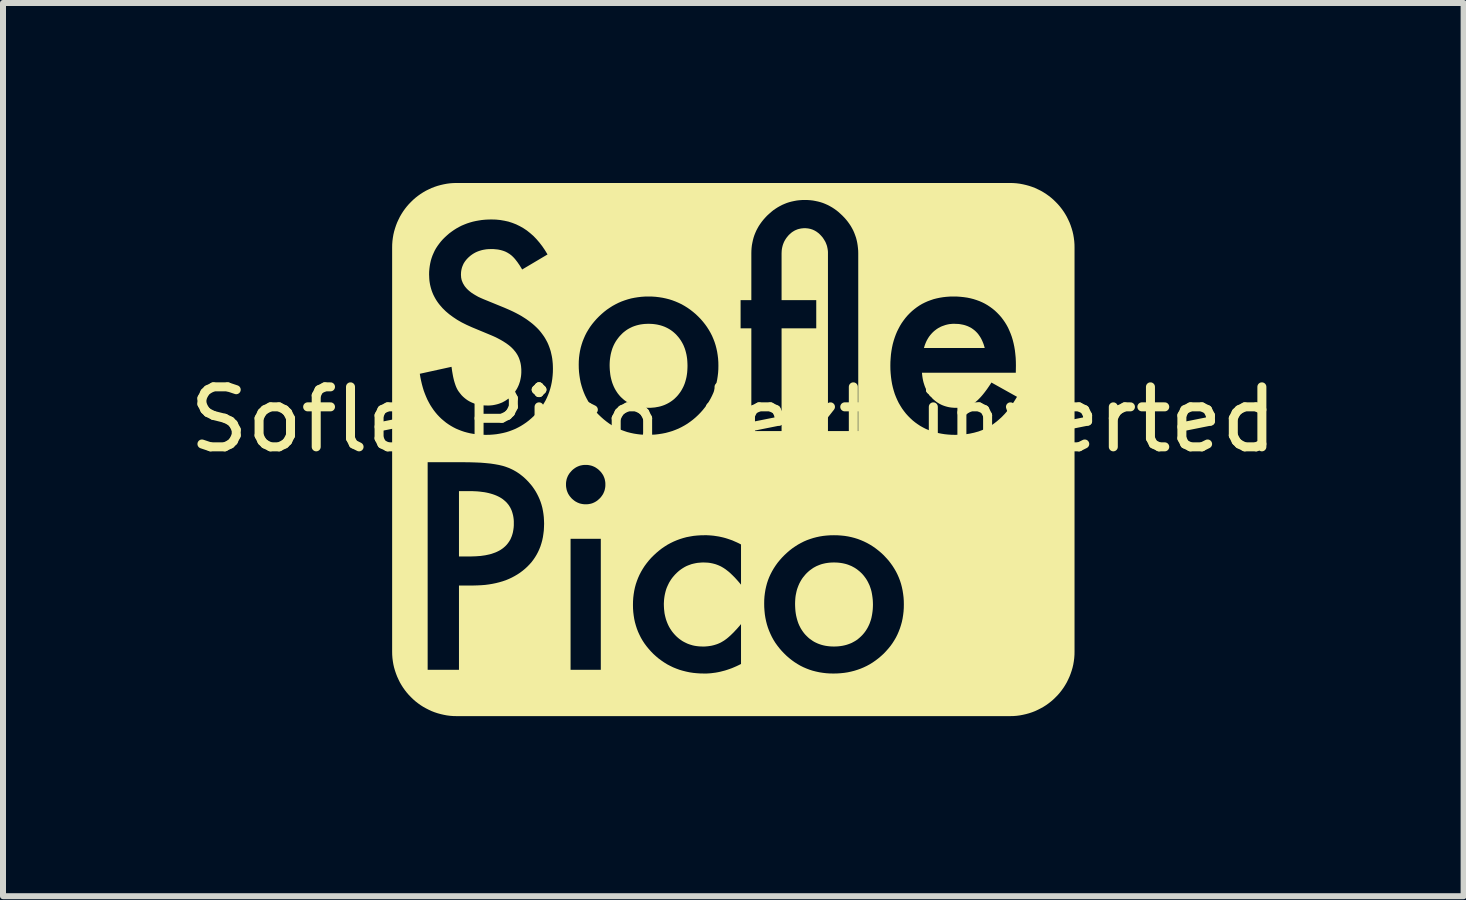
<source format=kicad_pcb>
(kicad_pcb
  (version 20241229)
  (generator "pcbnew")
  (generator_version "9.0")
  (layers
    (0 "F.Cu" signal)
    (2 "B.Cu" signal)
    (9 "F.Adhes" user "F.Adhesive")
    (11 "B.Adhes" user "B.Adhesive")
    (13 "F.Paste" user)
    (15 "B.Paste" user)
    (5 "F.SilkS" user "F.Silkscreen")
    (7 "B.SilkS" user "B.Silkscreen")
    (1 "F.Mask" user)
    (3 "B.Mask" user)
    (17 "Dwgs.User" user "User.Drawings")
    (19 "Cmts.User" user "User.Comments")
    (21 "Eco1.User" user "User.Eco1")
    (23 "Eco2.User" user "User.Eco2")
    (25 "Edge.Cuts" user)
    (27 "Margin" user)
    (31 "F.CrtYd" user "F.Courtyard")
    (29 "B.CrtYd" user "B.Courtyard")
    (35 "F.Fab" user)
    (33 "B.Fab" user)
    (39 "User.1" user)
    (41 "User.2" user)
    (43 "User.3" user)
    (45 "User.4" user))
  (footprint "Sofle Pico text inverted"
    (layer "F.Cu")
    (at 9.173 4.443)
    (property "Reference" "Sofle Pico text inverted" (at 0 -0.5 0) (unlocked yes) (layer "F.SilkS") (effects (font (size 1 1) (thickness 0.15))))
    (attr smd)
    (fp_poly (pts (xy -4.355 0.693) (xy -4.31 0.695) (xy -4.268 0.697) (xy -4.226 0.701) (xy -4.187 0.706) (xy -4.148 0.711) (xy -4.111 0.718) (xy -4.076 0.726) (xy -4.042 0.735) (xy -4.009 0.745) (xy -3.978 0.756) (xy -3.948 0.768) (xy -3.92 0.781) (xy -3.893 0.795) (xy -3.868 0.81) (xy -3.844 0.826) (xy -3.822 0.844) (xy -3.801 0.862) (xy -3.781 0.881) (xy -3.763 0.902) (xy -3.746 0.923) (xy -3.731 0.946) (xy -3.717 0.969) (xy -3.705 0.994) (xy -3.694 1.019) (xy -3.685 1.046) (xy -3.677 1.074) (xy -3.67 1.103) (xy -3.665 1.132) (xy -3.661 1.163) (xy -3.659 1.195) (xy -3.659 1.228) (xy -3.659 1.262) (xy -3.661 1.295) (xy -3.665 1.327) (xy -3.67 1.358) (xy -3.676 1.388) (xy -3.684 1.416) (xy -3.693 1.444) (xy -3.704 1.47) (xy -3.715 1.496) (xy -3.729 1.52) (xy -3.744 1.543) (xy -3.76 1.565) (xy -3.777 1.586) (xy -3.796 1.606) (xy -3.817 1.625) (xy -3.838 1.643) (xy -3.862 1.66) (xy -3.886 1.676) (xy -3.912 1.69) (xy -3.94 1.704) (xy -3.968 1.716) (xy -3.999 1.727) (xy -4.03 1.738) (xy -4.063 1.747) (xy -4.133 1.762) (xy -4.209 1.773) (xy -4.291 1.779) (xy -4.378 1.782) (xy -4.573 1.782) (xy -4.573 0.693) (xy -4.4 0.693)) (stroke (width 0) (type solid)) (fill yes) (layer "F.SilkS"))
    (fp_poly (pts (xy 3.731 -2.094) (xy 3.755 -2.093) (xy 3.778 -2.09) (xy 3.8 -2.086) (xy 3.822 -2.082) (xy 3.844 -2.077) (xy 3.865 -2.071) (xy 3.885 -2.064) (xy 3.904 -2.057) (xy 3.924 -2.048) (xy 3.942 -2.039) (xy 3.96 -2.03) (xy 3.977 -2.019) (xy 3.994 -2.007) (xy 4.01 -1.995) (xy 4.026 -1.982) (xy 4.041 -1.968) (xy 4.055 -1.954) (xy 4.069 -1.939) (xy 4.083 -1.922) (xy 4.095 -1.905) (xy 4.107 -1.888) (xy 4.119 -1.869) (xy 4.13 -1.85) (xy 4.14 -1.83) (xy 4.15 -1.809) (xy 4.159 -1.787) (xy 4.168 -1.765) (xy 4.176 -1.742) (xy 4.19 -1.693) (xy 3.177 -1.693) (xy 3.18 -1.704) (xy 3.184 -1.716) (xy 3.187 -1.727) (xy 3.191 -1.739) (xy 3.195 -1.75) (xy 3.199 -1.76) (xy 3.203 -1.771) (xy 3.208 -1.782) (xy 3.212 -1.792) (xy 3.217 -1.803) (xy 3.222 -1.813) (xy 3.227 -1.823) (xy 3.232 -1.832) (xy 3.238 -1.842) (xy 3.243 -1.851) (xy 3.249 -1.861) (xy 3.255 -1.87) (xy 3.261 -1.879) (xy 3.267 -1.888) (xy 3.274 -1.896) (xy 3.28 -1.905) (xy 3.287 -1.913) (xy 3.294 -1.921) (xy 3.301 -1.929) (xy 3.308 -1.937) (xy 3.315 -1.944) (xy 3.322 -1.952) (xy 3.33 -1.959) (xy 3.337 -1.966) (xy 3.345 -1.973) (xy 3.353 -1.98) (xy 3.361 -1.986) (xy 3.37 -1.993) (xy 3.378 -1.999) (xy 3.387 -2.006) (xy 3.396 -2.012) (xy 3.404 -2.017) (xy 3.413 -2.023) (xy 3.422 -2.028) (xy 3.432 -2.033) (xy 3.441 -2.038) (xy 3.45 -2.043) (xy 3.46 -2.048) (xy 3.469 -2.052) (xy 3.479 -2.056) (xy 3.489 -2.06) (xy 3.499 -2.063) (xy 3.509 -2.067) (xy 3.519 -2.07) (xy 3.529 -2.074) (xy 3.54 -2.077) (xy 3.55 -2.08) (xy 3.56 -2.082) (xy 3.571 -2.085) (xy 3.582 -2.087) (xy 3.592 -2.089) (xy 3.603 -2.091) (xy 3.614 -2.092) (xy 3.636 -2.094) (xy 3.659 -2.096) (xy 3.682 -2.096)) (stroke (width 0) (type solid)) (fill yes) (layer "F.SilkS"))
    (fp_poly (pts (xy -1.378 -2.095) (xy -1.342 -2.093) (xy -1.308 -2.089) (xy -1.274 -2.084) (xy -1.242 -2.077) (xy -1.21 -2.069) (xy -1.179 -2.059) (xy -1.149 -2.048) (xy -1.12 -2.035) (xy -1.092 -2.021) (xy -1.064 -2.005) (xy -1.038 -1.988) (xy -1.012 -1.969) (xy -0.988 -1.949) (xy -0.964 -1.927) (xy -0.941 -1.903) (xy -0.92 -1.879) (xy -0.9 -1.854) (xy -0.881 -1.827) (xy -0.864 -1.8) (xy -0.848 -1.772) (xy -0.833 -1.743) (xy -0.82 -1.712) (xy -0.808 -1.681) (xy -0.798 -1.649) (xy -0.789 -1.615) (xy -0.781 -1.581) (xy -0.775 -1.546) (xy -0.77 -1.51) (xy -0.767 -1.472) (xy -0.765 -1.434) (xy -0.764 -1.395) (xy -0.765 -1.355) (xy -0.767 -1.317) (xy -0.77 -1.28) (xy -0.775 -1.244) (xy -0.781 -1.208) (xy -0.789 -1.174) (xy -0.798 -1.141) (xy -0.808 -1.108) (xy -0.82 -1.077) (xy -0.833 -1.047) (xy -0.848 -1.018) (xy -0.864 -0.989) (xy -0.881 -0.962) (xy -0.9 -0.936) (xy -0.92 -0.91) (xy -0.941 -0.886) (xy -0.964 -0.863) (xy -0.987 -0.841) (xy -1.012 -0.821) (xy -1.037 -0.803) (xy -1.063 -0.786) (xy -1.091 -0.77) (xy -1.119 -0.756) (xy -1.148 -0.743) (xy -1.178 -0.732) (xy -1.209 -0.722) (xy -1.241 -0.714) (xy -1.274 -0.708) (xy -1.307 -0.702) (xy -1.342 -0.699) (xy -1.377 -0.696) (xy -1.414 -0.696) (xy -1.45 -0.696) (xy -1.486 -0.699) (xy -1.52 -0.702) (xy -1.554 -0.708) (xy -1.586 -0.714) (xy -1.618 -0.723) (xy -1.649 -0.732) (xy -1.679 -0.744) (xy -1.708 -0.757) (xy -1.736 -0.771) (xy -1.764 -0.787) (xy -1.79 -0.804) (xy -1.816 -0.823) (xy -1.84 -0.843) (xy -1.864 -0.865) (xy -1.887 -0.888) (xy -1.908 -0.913) (xy -1.928 -0.938) (xy -1.946 -0.965) (xy -1.963 -0.992) (xy -1.979 -1.021) (xy -1.993 -1.05) (xy -2.006 -1.081) (xy -2.018 -1.113) (xy -2.028 -1.146) (xy -2.037 -1.18) (xy -2.045 -1.215) (xy -2.051 -1.251) (xy -2.055 -1.288) (xy -2.059 -1.326) (xy -2.061 -1.366) (xy -2.062 -1.406) (xy -2.061 -1.444) (xy -2.059 -1.48) (xy -2.055 -1.516) (xy -2.05 -1.551) (xy -2.044 -1.585) (xy -2.036 -1.619) (xy -2.027 -1.651) (xy -2.017 -1.683) (xy -2.005 -1.713) (xy -1.992 -1.743) (xy -1.977 -1.772) (xy -1.961 -1.8) (xy -1.943 -1.827) (xy -1.924 -1.853) (xy -1.904 -1.879) (xy -1.882 -1.903) (xy -1.859 -1.927) (xy -1.836 -1.949) (xy -1.811 -1.969) (xy -1.786 -1.988) (xy -1.76 -2.005) (xy -1.732 -2.021) (xy -1.704 -2.035) (xy -1.676 -2.048) (xy -1.646 -2.059) (xy -1.615 -2.069) (xy -1.584 -2.077) (xy -1.552 -2.084) (xy -1.519 -2.089) (xy -1.485 -2.093) (xy -1.45 -2.095) (xy -1.414 -2.096)) (stroke (width 0) (type solid)) (fill yes) (layer "F.SilkS"))
    (fp_poly (pts (xy 1.713 1.883) (xy 1.748 1.885) (xy 1.783 1.889) (xy 1.816 1.894) (xy 1.849 1.901) (xy 1.881 1.909) (xy 1.912 1.919) (xy 1.942 1.931) (xy 1.971 1.943) (xy 1.999 1.958) (xy 2.026 1.973) (xy 2.053 1.991) (xy 2.078 2.01) (xy 2.103 2.03) (xy 2.127 2.052) (xy 2.15 2.075) (xy 2.171 2.099) (xy 2.191 2.125) (xy 2.21 2.151) (xy 2.227 2.178) (xy 2.243 2.207) (xy 2.257 2.236) (xy 2.271 2.266) (xy 2.282 2.297) (xy 2.293 2.33) (xy 2.302 2.363) (xy 2.309 2.397) (xy 2.315 2.433) (xy 2.32 2.469) (xy 2.324 2.506) (xy 2.326 2.544) (xy 2.327 2.584) (xy 2.326 2.623) (xy 2.324 2.661) (xy 2.32 2.699) (xy 2.315 2.735) (xy 2.309 2.77) (xy 2.302 2.804) (xy 2.293 2.838) (xy 2.282 2.87) (xy 2.271 2.901) (xy 2.257 2.932) (xy 2.243 2.961) (xy 2.227 2.989) (xy 2.21 3.016) (xy 2.191 3.043) (xy 2.171 3.068) (xy 2.15 3.092) (xy 2.127 3.115) (xy 2.103 3.137) (xy 2.079 3.157) (xy 2.054 3.176) (xy 2.027 3.193) (xy 2 3.208) (xy 1.972 3.223) (xy 1.943 3.235) (xy 1.913 3.246) (xy 1.882 3.256) (xy 1.85 3.264) (xy 1.817 3.271) (xy 1.783 3.276) (xy 1.749 3.28) (xy 1.713 3.282) (xy 1.677 3.283) (xy 1.64 3.282) (xy 1.605 3.28) (xy 1.571 3.276) (xy 1.537 3.271) (xy 1.504 3.264) (xy 1.473 3.256) (xy 1.442 3.246) (xy 1.412 3.235) (xy 1.383 3.222) (xy 1.354 3.208) (xy 1.327 3.192) (xy 1.301 3.174) (xy 1.275 3.156) (xy 1.25 3.135) (xy 1.227 3.113) (xy 1.204 3.09) (xy 1.183 3.066) (xy 1.163 3.04) (xy 1.145 3.014) (xy 1.127 2.986) (xy 1.112 2.958) (xy 1.097 2.928) (xy 1.084 2.897) (xy 1.073 2.866) (xy 1.063 2.833) (xy 1.054 2.799) (xy 1.046 2.764) (xy 1.04 2.728) (xy 1.035 2.69) (xy 1.032 2.652) (xy 1.03 2.613) (xy 1.029 2.573) (xy 1.03 2.535) (xy 1.032 2.498) (xy 1.035 2.462) (xy 1.04 2.427) (xy 1.047 2.393) (xy 1.054 2.36) (xy 1.063 2.327) (xy 1.074 2.296) (xy 1.086 2.265) (xy 1.099 2.235) (xy 1.114 2.206) (xy 1.13 2.178) (xy 1.147 2.151) (xy 1.166 2.125) (xy 1.187 2.1) (xy 1.208 2.075) (xy 1.231 2.052) (xy 1.255 2.03) (xy 1.279 2.01) (xy 1.305 1.991) (xy 1.331 1.973) (xy 1.358 1.958) (xy 1.386 1.943) (xy 1.415 1.931) (xy 1.445 1.919) (xy 1.475 1.909) (xy 1.507 1.901) (xy 1.539 1.894) (xy 1.572 1.889) (xy 1.606 1.885) (xy 1.641 1.883) (xy 1.677 1.882)) (stroke (width 0) (type solid)) (fill yes) (layer "F.SilkS"))
    (fp_poly (pts (xy 4.665 -4.442) (xy 4.72 -4.438) (xy 4.774 -4.431) (xy 4.827 -4.421) (xy 4.879 -4.409) (xy 4.93 -4.395) (xy 4.981 -4.378) (xy 5.03 -4.359) (xy 5.077 -4.337) (xy 5.124 -4.314) (xy 5.169 -4.288) (xy 5.213 -4.26) (xy 5.255 -4.23) (xy 5.296 -4.198) (xy 5.335 -4.164) (xy 5.372 -4.128) (xy 5.408 -4.091) (xy 5.442 -4.052) (xy 5.474 -4.011) (xy 5.504 -3.969) (xy 5.532 -3.925) (xy 5.558 -3.88) (xy 5.581 -3.833) (xy 5.603 -3.786) (xy 5.622 -3.737) (xy 5.639 -3.686) (xy 5.654 -3.635) (xy 5.666 -3.583) (xy 5.675 -3.53) (xy 5.682 -3.476) (xy 5.686 -3.421) (xy 5.687 -3.365) (xy 5.687 3.365) (xy 5.686 3.421) (xy 5.682 3.476) (xy 5.675 3.53) (xy 5.666 3.583) (xy 5.654 3.635) (xy 5.639 3.686) (xy 5.622 3.736) (xy 5.603 3.785) (xy 5.581 3.833) (xy 5.558 3.88) (xy 5.532 3.925) (xy 5.504 3.969) (xy 5.474 4.011) (xy 5.442 4.052) (xy 5.408 4.091) (xy 5.372 4.128) (xy 5.335 4.164) (xy 5.296 4.198) (xy 5.255 4.23) (xy 5.213 4.26) (xy 5.169 4.288) (xy 5.124 4.313) (xy 5.077 4.337) (xy 5.03 4.359) (xy 4.981 4.378) (xy 4.93 4.395) (xy 4.879 4.409) (xy 4.827 4.421) (xy 4.774 4.431) (xy 4.72 4.438) (xy 4.665 4.442) (xy 4.609 4.443) (xy -4.609 4.443) (xy -4.665 4.442) (xy -4.72 4.438) (xy -4.774 4.431) (xy -4.827 4.421) (xy -4.879 4.409) (xy -4.93 4.395) (xy -4.981 4.378) (xy -5.03 4.359) (xy -5.077 4.337) (xy -5.124 4.313) (xy -5.169 4.288) (xy -5.213 4.26) (xy -5.255 4.23) (xy -5.296 4.198) (xy -5.335 4.164) (xy -5.372 4.128) (xy -5.408 4.091) (xy -5.442 4.052) (xy -5.474 4.011) (xy -5.504 3.969) (xy -5.532 3.925) (xy -5.558 3.88) (xy -5.581 3.833) (xy -5.603 3.785) (xy -5.622 3.736) (xy -5.639 3.686) (xy -5.654 3.635) (xy -5.666 3.583) (xy -5.675 3.53) (xy -5.682 3.476) (xy -5.686 3.421) (xy -5.687 3.365) (xy -5.687 0.211) (xy -5.095 0.211) (xy -5.095 3.671) (xy -4.573 3.671) (xy -4.573 2.266) (xy -4.331 2.266) (xy -4.264 2.264) (xy -4.199 2.261) (xy -4.136 2.256) (xy -4.075 2.248) (xy -4.015 2.238) (xy -3.957 2.226) (xy -3.901 2.212) (xy -3.846 2.196) (xy -3.793 2.178) (xy -3.742 2.157) (xy -3.693 2.134) (xy -3.646 2.109) (xy -3.6 2.082) (xy -3.556 2.053) (xy -3.513 2.021) (xy -3.473 1.988) (xy -3.434 1.952) (xy -3.398 1.915) (xy -3.364 1.877) (xy -3.333 1.836) (xy -3.305 1.795) (xy -3.279 1.752) (xy -3.255 1.707) (xy -3.234 1.661) (xy -3.215 1.613) (xy -3.199 1.563) (xy -3.185 1.512) (xy -3.18 1.488) (xy -2.713 1.488) (xy -2.713 3.671) (xy -2.209 3.671) (xy -2.209 2.588) (xy -1.673 2.588) (xy -1.672 2.649) (xy -1.668 2.708) (xy -1.661 2.766) (xy -1.652 2.823) (xy -1.64 2.878) (xy -1.625 2.932) (xy -1.608 2.985) (xy -1.588 3.037) (xy -1.565 3.087) (xy -1.54 3.137) (xy -1.512 3.185) (xy -1.482 3.231) (xy -1.448 3.277) (xy -1.412 3.321) (xy -1.374 3.364) (xy -1.333 3.406) (xy -1.289 3.446) (xy -1.245 3.483) (xy -1.199 3.517) (xy -1.152 3.549) (xy -1.104 3.579) (xy -1.054 3.605) (xy -1.003 3.63) (xy -0.951 3.651) (xy -0.897 3.671) (xy -0.842 3.687) (xy -0.786 3.701) (xy -0.729 3.713) (xy -0.67 3.722) (xy -0.61 3.728) (xy -0.548 3.732) (xy -0.486 3.733) (xy -0.447 3.733) (xy -0.409 3.731) (xy -0.371 3.728) (xy -0.332 3.723) (xy -0.294 3.718) (xy -0.255 3.711) (xy -0.217 3.703) (xy -0.179 3.693) (xy -0.14 3.683) (xy -0.102 3.671) (xy -0.064 3.658) (xy -0.025 3.644) (xy 0.013 3.628) (xy 0.052 3.611) (xy 0.09 3.593) (xy 0.128 3.574) (xy 0.128 2.909) (xy 0.106 2.936) (xy 0.084 2.961) (xy 0.062 2.986) (xy 0.04 3.009) (xy 0.019 3.032) (xy -0.001 3.053) (xy -0.022 3.073) (xy -0.041 3.092) (xy -0.061 3.11) (xy -0.08 3.127) (xy -0.099 3.143) (xy -0.117 3.157) (xy -0.136 3.171) (xy -0.153 3.183) (xy -0.171 3.194) (xy -0.188 3.204) (xy -0.205 3.214) (xy -0.223 3.223) (xy -0.241 3.231) (xy -0.26 3.239) (xy -0.279 3.246) (xy -0.298 3.252) (xy -0.317 3.258) (xy -0.337 3.263) (xy -0.357 3.268) (xy -0.378 3.272) (xy -0.399 3.275) (xy -0.42 3.278) (xy -0.442 3.28) (xy -0.463 3.282) (xy -0.486 3.283) (xy -0.508 3.283) (xy -0.543 3.282) (xy -0.578 3.28) (xy -0.611 3.276) (xy -0.644 3.271) (xy -0.676 3.264) (xy -0.707 3.255) (xy -0.738 3.245) (xy -0.767 3.234) (xy -0.796 3.22) (xy -0.824 3.206) (xy -0.852 3.19) (xy -0.878 3.172) (xy -0.904 3.153) (xy -0.929 3.132) (xy -0.953 3.11) (xy -0.976 3.086) (xy -0.998 3.061) (xy -1.019 3.035) (xy -1.038 3.008) (xy -1.056 2.98) (xy -1.072 2.952) (xy -1.087 2.922) (xy -1.1 2.892) (xy -1.112 2.861) (xy -1.123 2.829) (xy -1.132 2.796) (xy -1.14 2.763) (xy -1.147 2.728) (xy -1.151 2.693) (xy -1.155 2.657) (xy -1.157 2.619) (xy -1.158 2.582) (xy -1.158 2.564) (xy 0.514 2.564) (xy 0.515 2.626) (xy 0.519 2.686) (xy 0.525 2.746) (xy 0.534 2.804) (xy 0.546 2.861) (xy 0.56 2.916) (xy 0.577 2.97) (xy 0.597 3.023) (xy 0.619 3.074) (xy 0.643 3.124) (xy 0.67 3.173) (xy 0.7 3.221) (xy 0.733 3.267) (xy 0.768 3.312) (xy 0.805 3.355) (xy 0.845 3.397) (xy 0.887 3.438) (xy 0.931 3.476) (xy 0.975 3.511) (xy 1.021 3.544) (xy 1.068 3.574) (xy 1.116 3.602) (xy 1.166 3.627) (xy 1.217 3.649) (xy 1.269 3.669) (xy 1.322 3.686) (xy 1.377 3.7) (xy 1.432 3.712) (xy 1.489 3.721) (xy 1.548 3.728) (xy 1.607 3.732) (xy 1.668 3.733) (xy 1.729 3.732) (xy 1.789 3.728) (xy 1.848 3.722) (xy 1.906 3.713) (xy 1.962 3.701) (xy 2.017 3.687) (xy 2.071 3.67) (xy 2.124 3.651) (xy 2.176 3.629) (xy 2.226 3.605) (xy 2.276 3.578) (xy 2.324 3.548) (xy 2.37 3.516) (xy 2.416 3.481) (xy 2.46 3.444) (xy 2.504 3.404) (xy 2.544 3.362) (xy 2.583 3.318) (xy 2.619 3.274) (xy 2.652 3.228) (xy 2.682 3.181) (xy 2.71 3.133) (xy 2.735 3.083) (xy 2.757 3.032) (xy 2.777 2.98) (xy 2.794 2.927) (xy 2.809 2.873) (xy 2.821 2.817) (xy 2.83 2.76) (xy 2.837 2.702) (xy 2.841 2.642) (xy 2.842 2.582) (xy 2.841 2.521) (xy 2.837 2.462) (xy 2.83 2.405) (xy 2.821 2.348) (xy 2.809 2.292) (xy 2.795 2.238) (xy 2.778 2.185) (xy 2.758 2.133) (xy 2.736 2.083) (xy 2.711 2.033) (xy 2.683 1.985) (xy 2.653 1.938) (xy 2.62 1.892) (xy 2.585 1.847) (xy 2.546 1.804) (xy 2.506 1.761) (xy 2.463 1.721) (xy 2.418 1.683) (xy 2.373 1.648) (xy 2.326 1.615) (xy 2.278 1.585) (xy 2.23 1.558) (xy 2.179 1.533) (xy 2.128 1.511) (xy 2.076 1.491) (xy 2.022 1.474) (xy 1.968 1.46) (xy 1.912 1.448) (xy 1.855 1.439) (xy 1.796 1.433) (xy 1.737 1.429) (xy 1.677 1.428) (xy 1.616 1.429) (xy 1.557 1.433) (xy 1.5 1.439) (xy 1.443 1.448) (xy 1.387 1.46) (xy 1.333 1.474) (xy 1.28 1.491) (xy 1.227 1.51) (xy 1.176 1.532) (xy 1.127 1.557) (xy 1.078 1.584) (xy 1.031 1.614) (xy 0.984 1.646) (xy 0.939 1.681) (xy 0.895 1.719) (xy 0.852 1.759) (xy 0.811 1.801) (xy 0.773 1.844) (xy 0.737 1.888) (xy 0.704 1.934) (xy 0.674 1.98) (xy 0.646 2.028) (xy 0.621 2.076) (xy 0.598 2.126) (xy 0.578 2.177) (xy 0.561 2.229) (xy 0.547 2.282) (xy 0.535 2.336) (xy 0.526 2.391) (xy 0.519 2.448) (xy 0.515 2.505) (xy 0.514 2.564) (xy -1.158 2.564) (xy -1.157 2.544) (xy -1.155 2.508) (xy -1.151 2.472) (xy -1.146 2.438) (xy -1.139 2.404) (xy -1.131 2.37) (xy -1.122 2.338) (xy -1.111 2.306) (xy -1.098 2.276) (xy -1.084 2.246) (xy -1.069 2.216) (xy -1.052 2.188) (xy -1.034 2.16) (xy -1.014 2.133) (xy -0.992 2.107) (xy -0.97 2.082) (xy -0.946 2.058) (xy -0.921 2.035) (xy -0.896 2.014) (xy -0.87 1.995) (xy -0.843 1.977) (xy -0.815 1.96) (xy -0.787 1.945) (xy -0.757 1.932) (xy -0.727 1.921) (xy -0.697 1.91) (xy -0.665 1.902) (xy -0.633 1.895) (xy -0.6 1.889) (xy -0.567 1.886) (xy -0.532 1.883) (xy -0.497 1.882) (xy -0.474 1.883) (xy -0.452 1.884) (xy -0.43 1.885) (xy -0.409 1.887) (xy -0.388 1.89) (xy -0.367 1.894) (xy -0.347 1.898) (xy -0.327 1.903) (xy -0.308 1.908) (xy -0.288 1.914) (xy -0.27 1.921) (xy -0.251 1.928) (xy -0.233 1.936) (xy -0.215 1.944) (xy -0.198 1.953) (xy -0.181 1.963) (xy -0.164 1.973) (xy -0.146 1.985) (xy -0.128 1.997) (xy -0.11 2.011) (xy -0.092 2.025) (xy -0.073 2.04) (xy -0.054 2.057) (xy -0.035 2.075) (xy -0.016 2.093) (xy 0.004 2.113) (xy 0.024 2.133) (xy 0.044 2.155) (xy 0.065 2.178) (xy 0.086 2.202) (xy 0.128 2.252) (xy 0.128 1.582) (xy 0.092 1.563) (xy 0.056 1.546) (xy 0.019 1.53) (xy -0.017 1.514) (xy -0.054 1.501) (xy -0.092 1.488) (xy -0.13 1.476) (xy -0.167 1.466) (xy -0.206 1.457) (xy -0.244 1.449) (xy -0.283 1.443) (xy -0.322 1.437) (xy -0.361 1.433) (xy -0.401 1.43) (xy -0.441 1.428) (xy -0.481 1.428) (xy -0.543 1.429) (xy -0.604 1.433) (xy -0.664 1.439) (xy -0.722 1.449) (xy -0.78 1.46) (xy -0.836 1.475) (xy -0.89 1.492) (xy -0.944 1.512) (xy -0.996 1.534) (xy -1.047 1.559) (xy -1.097 1.586) (xy -1.146 1.617) (xy -1.193 1.649) (xy -1.239 1.685) (xy -1.284 1.723) (xy -1.328 1.764) (xy -1.37 1.806) (xy -1.409 1.85) (xy -1.445 1.895) (xy -1.479 1.941) (xy -1.51 1.989) (xy -1.538 2.037) (xy -1.564 2.087) (xy -1.587 2.138) (xy -1.607 2.19) (xy -1.625 2.243) (xy -1.64 2.298) (xy -1.652 2.354) (xy -1.661 2.41) (xy -1.668 2.468) (xy -1.672 2.528) (xy -1.673 2.588) (xy -2.209 2.588) (xy -2.209 1.488) (xy -2.713 1.488) (xy -3.18 1.488) (xy -3.174 1.46) (xy -3.166 1.406) (xy -3.159 1.351) (xy -3.156 1.293) (xy -3.154 1.235) (xy -3.156 1.18) (xy -3.159 1.126) (xy -3.165 1.074) (xy -3.173 1.023) (xy -3.183 0.972) (xy -3.196 0.923) (xy -3.211 0.876) (xy -3.229 0.829) (xy -3.249 0.784) (xy -3.271 0.74) (xy -3.295 0.697) (xy -3.322 0.655) (xy -3.351 0.614) (xy -3.378 0.58) (xy -2.789 0.58) (xy -2.789 0.598) (xy -2.788 0.615) (xy -2.786 0.631) (xy -2.783 0.647) (xy -2.78 0.663) (xy -2.776 0.679) (xy -2.771 0.694) (xy -2.765 0.709) (xy -2.759 0.723) (xy -2.752 0.738) (xy -2.744 0.751) (xy -2.735 0.765) (xy -2.726 0.778) (xy -2.715 0.791) (xy -2.704 0.804) (xy -2.693 0.816) (xy -2.681 0.827) (xy -2.668 0.838) (xy -2.655 0.849) (xy -2.642 0.858) (xy -2.629 0.867) (xy -2.615 0.874) (xy -2.601 0.882) (xy -2.586 0.888) (xy -2.572 0.894) (xy -2.557 0.899) (xy -2.541 0.903) (xy -2.526 0.906) (xy -2.51 0.909) (xy -2.493 0.911) (xy -2.477 0.912) (xy -2.46 0.912) (xy -2.443 0.912) (xy -2.426 0.911) (xy -2.41 0.909) (xy -2.394 0.906) (xy -2.378 0.903) (xy -2.363 0.899) (xy -2.348 0.894) (xy -2.334 0.888) (xy -2.319 0.882) (xy -2.306 0.874) (xy -2.292 0.867) (xy -2.279 0.858) (xy -2.266 0.849) (xy -2.253 0.838) (xy -2.241 0.827) (xy -2.229 0.816) (xy -2.217 0.804) (xy -2.206 0.791) (xy -2.196 0.778) (xy -2.187 0.765) (xy -2.178 0.752) (xy -2.17 0.738) (xy -2.163 0.724) (xy -2.157 0.709) (xy -2.151 0.695) (xy -2.146 0.68) (xy -2.142 0.664) (xy -2.139 0.649) (xy -2.136 0.633) (xy -2.134 0.616) (xy -2.133 0.6) (xy -2.133 0.583) (xy -2.133 0.566) (xy -2.134 0.549) (xy -2.136 0.533) (xy -2.139 0.517) (xy -2.142 0.501) (xy -2.146 0.486) (xy -2.151 0.471) (xy -2.157 0.457) (xy -2.163 0.442) (xy -2.17 0.428) (xy -2.178 0.415) (xy -2.187 0.402) (xy -2.196 0.389) (xy -2.206 0.376) (xy -2.217 0.364) (xy -2.229 0.352) (xy -2.241 0.34) (xy -2.254 0.329) (xy -2.267 0.319) (xy -2.28 0.31) (xy -2.293 0.301) (xy -2.307 0.293) (xy -2.321 0.286) (xy -2.335 0.28) (xy -2.35 0.274) (xy -2.365 0.269) (xy -2.381 0.265) (xy -2.396 0.262) (xy -2.412 0.259) (xy -2.428 0.257) (xy -2.445 0.256) (xy -2.462 0.256) (xy -2.479 0.256) (xy -2.495 0.257) (xy -2.511 0.259) (xy -2.527 0.262) (xy -2.542 0.265) (xy -2.558 0.269) (xy -2.572 0.274) (xy -2.587 0.28) (xy -2.601 0.286) (xy -2.615 0.293) (xy -2.629 0.301) (xy -2.642 0.31) (xy -2.655 0.319) (xy -2.668 0.329) (xy -2.681 0.34) (xy -2.693 0.352) (xy -2.704 0.364) (xy -2.715 0.377) (xy -2.726 0.389) (xy -2.735 0.402) (xy -2.744 0.416) (xy -2.752 0.429) (xy -2.759 0.443) (xy -2.765 0.457) (xy -2.771 0.472) (xy -2.776 0.486) (xy -2.78 0.501) (xy -2.783 0.517) (xy -2.786 0.532) (xy -2.788 0.548) (xy -2.789 0.564) (xy -2.789 0.58) (xy -3.378 0.58) (xy -3.383 0.575) (xy -3.416 0.537) (xy -3.452 0.5) (xy -3.474 0.479) (xy -3.496 0.459) (xy -3.518 0.441) (xy -3.541 0.423) (xy -3.564 0.405) (xy -3.588 0.389) (xy -3.612 0.373) (xy -3.636 0.359) (xy -3.661 0.345) (xy -3.686 0.332) (xy -3.712 0.32) (xy -3.738 0.308) (xy -3.765 0.298) (xy -3.792 0.288) (xy -3.819 0.279) (xy -3.847 0.271) (xy -3.906 0.257) (xy -3.971 0.245) (xy -4.043 0.234) (xy -4.122 0.226) (xy -4.207 0.219) (xy -4.299 0.215) (xy -4.398 0.212) (xy -4.503 0.211) (xy -5.095 0.211) (xy -5.687 0.211) (xy -5.687 -1.263) (xy -5.226 -1.263) (xy -5.216 -1.203) (xy -5.204 -1.145) (xy -5.191 -1.089) (xy -5.176 -1.034) (xy -5.16 -0.981) (xy -5.141 -0.93) (xy -5.121 -0.881) (xy -5.1 -0.833) (xy -5.076 -0.787) (xy -5.051 -0.742) (xy -5.024 -0.7) (xy -4.996 -0.659) (xy -4.966 -0.62) (xy -4.934 -0.582) (xy -4.9 -0.546) (xy -4.865 -0.512) (xy -4.827 -0.48) (xy -4.789 -0.449) (xy -4.749 -0.421) (xy -4.708 -0.395) (xy -4.666 -0.371) (xy -4.623 -0.349) (xy -4.578 -0.33) (xy -4.532 -0.312) (xy -4.485 -0.296) (xy -4.437 -0.283) (xy -4.387 -0.271) (xy -4.336 -0.262) (xy -4.284 -0.255) (xy -4.231 -0.249) (xy -4.177 -0.246) (xy -4.121 -0.245) (xy -4.062 -0.246) (xy -4.005 -0.25) (xy -3.948 -0.256) (xy -3.893 -0.265) (xy -3.839 -0.276) (xy -3.786 -0.289) (xy -3.735 -0.305) (xy -3.684 -0.324) (xy -3.635 -0.344) (xy -3.587 -0.368) (xy -3.541 -0.393) (xy -3.495 -0.422) (xy -3.451 -0.452) (xy -3.408 -0.485) (xy -3.366 -0.521) (xy -3.325 -0.559) (xy -3.287 -0.598) (xy -3.251 -0.639) (xy -3.217 -0.682) (xy -3.186 -0.725) (xy -3.158 -0.77) (xy -3.131 -0.816) (xy -3.108 -0.863) (xy -3.087 -0.912) (xy -3.068 -0.962) (xy -3.052 -1.013) (xy -3.038 -1.066) (xy -3.027 -1.119) (xy -3.018 -1.175) (xy -3.012 -1.231) (xy -3.008 -1.289) (xy -3.007 -1.348) (xy -3.008 -1.392) (xy -3.009 -1.415) (xy -2.577 -1.415) (xy -2.576 -1.353) (xy -2.572 -1.292) (xy -2.565 -1.233) (xy -2.556 -1.175) (xy -2.545 -1.118) (xy -2.53 -1.062) (xy -2.513 -1.008) (xy -2.494 -0.956) (xy -2.472 -0.904) (xy -2.447 -0.854) (xy -2.42 -0.805) (xy -2.39 -0.758) (xy -2.358 -0.712) (xy -2.323 -0.667) (xy -2.285 -0.623) (xy -2.245 -0.581) (xy -2.203 -0.541) (xy -2.16 -0.503) (xy -2.115 -0.467) (xy -2.07 -0.434) (xy -2.023 -0.404) (xy -1.974 -0.377) (xy -1.925 -0.352) (xy -1.874 -0.329) (xy -1.822 -0.31) (xy -1.769 -0.292) (xy -1.714 -0.278) (xy -1.658 -0.266) (xy -1.601 -0.257) (xy -1.543 -0.25) (xy -1.484 -0.247) (xy -1.423 -0.245) (xy -1.362 -0.247) (xy -1.302 -0.25) (xy -1.243 -0.257) (xy -1.185 -0.266) (xy -1.129 -0.277) (xy -1.073 -0.292) (xy -1.019 -0.308) (xy -0.966 -0.328) (xy -0.915 -0.349) (xy -0.864 -0.374) (xy -0.815 -0.401) (xy -0.767 -0.43) (xy -0.72 -0.463) (xy -0.675 -0.497) (xy -0.63 -0.535) (xy -0.587 -0.575) (xy -0.546 -0.617) (xy -0.508 -0.66) (xy -0.472 -0.705) (xy -0.439 -0.75) (xy -0.409 -0.797) (xy -0.381 -0.846) (xy -0.356 -0.895) (xy -0.333 -0.946) (xy -0.314 -0.998) (xy -0.296 -1.051) (xy -0.282 -1.106) (xy -0.27 -1.162) (xy -0.261 -1.219) (xy -0.254 -1.277) (xy -0.25 -1.336) (xy -0.249 -1.397) (xy -0.25 -1.457) (xy -0.254 -1.516) (xy -0.261 -1.574) (xy -0.27 -1.631) (xy -0.282 -1.686) (xy -0.296 -1.74) (xy -0.313 -1.793) (xy -0.333 -1.845) (xy -0.355 -1.896) (xy -0.38 -1.945) (xy -0.408 -1.994) (xy -0.425 -2.02) (xy 0.121 -2.02) (xy 0.3 -2.02) (xy 0.3 -0.308) (xy 0.804 -0.308) (xy 0.804 -2.02) (xy 1.382 -2.02) (xy 1.382 -2.49) (xy 0.804 -2.49) (xy 0.804 -3.27) (xy 0.805 -3.291) (xy 0.806 -3.312) (xy 0.808 -3.332) (xy 0.811 -3.352) (xy 0.815 -3.372) (xy 0.82 -3.391) (xy 0.825 -3.41) (xy 0.832 -3.429) (xy 0.839 -3.447) (xy 0.847 -3.465) (xy 0.856 -3.482) (xy 0.866 -3.499) (xy 0.877 -3.516) (xy 0.888 -3.532) (xy 0.901 -3.548) (xy 0.914 -3.564) (xy 0.928 -3.579) (xy 0.943 -3.593) (xy 0.958 -3.606) (xy 0.973 -3.619) (xy 0.989 -3.63) (xy 1.005 -3.64) (xy 1.022 -3.65) (xy 1.039 -3.658) (xy 1.056 -3.665) (xy 1.074 -3.672) (xy 1.093 -3.677) (xy 1.111 -3.681) (xy 1.13 -3.685) (xy 1.15 -3.687) (xy 1.17 -3.689) (xy 1.19 -3.689) (xy 1.21 -3.689) (xy 1.23 -3.687) (xy 1.249 -3.685) (xy 1.268 -3.681) (xy 1.287 -3.677) (xy 1.305 -3.671) (xy 1.323 -3.665) (xy 1.34 -3.657) (xy 1.357 -3.649) (xy 1.374 -3.639) (xy 1.39 -3.629) (xy 1.406 -3.617) (xy 1.422 -3.605) (xy 1.437 -3.591) (xy 1.451 -3.577) (xy 1.465 -3.562) (xy 1.479 -3.546) (xy 1.492 -3.53) (xy 1.503 -3.513) (xy 1.514 -3.496) (xy 1.524 -3.479) (xy 1.534 -3.462) (xy 1.542 -3.444) (xy 1.549 -3.426) (xy 1.556 -3.408) (xy 1.562 -3.389) (xy 1.566 -3.37) (xy 1.57 -3.351) (xy 1.573 -3.331) (xy 1.576 -3.311) (xy 1.577 -3.291) (xy 1.577 -3.27) (xy 1.577 -0.308) (xy 2.082 -0.308) (xy 2.082 -1.397) (xy 2.617 -1.397) (xy 2.618 -1.332) (xy 2.622 -1.27) (xy 2.628 -1.208) (xy 2.636 -1.149) (xy 2.646 -1.091) (xy 2.659 -1.034) (xy 2.674 -0.98) (xy 2.691 -0.926) (xy 2.711 -0.875) (xy 2.733 -0.825) (xy 2.757 -0.776) (xy 2.784 -0.73) (xy 2.812 -0.685) (xy 2.844 -0.641) (xy 2.877 -0.599) (xy 2.913 -0.559) (xy 2.951 -0.521) (xy 2.99 -0.485) (xy 3.031 -0.452) (xy 3.073 -0.422) (xy 3.117 -0.393) (xy 3.162 -0.368) (xy 3.209 -0.344) (xy 3.257 -0.324) (xy 3.307 -0.305) (xy 3.358 -0.289) (xy 3.411 -0.276) (xy 3.465 -0.265) (xy 3.521 -0.256) (xy 3.578 -0.25) (xy 3.637 -0.246) (xy 3.697 -0.245) (xy 3.739 -0.246) (xy 3.781 -0.247) (xy 3.821 -0.25) (xy 3.861 -0.254) (xy 3.9 -0.259) (xy 3.939 -0.265) (xy 3.976 -0.273) (xy 4.013 -0.281) (xy 4.049 -0.291) (xy 4.085 -0.301) (xy 4.102 -0.307) (xy 4.12 -0.314) (xy 4.137 -0.32) (xy 4.154 -0.327) (xy 4.171 -0.334) (xy 4.187 -0.342) (xy 4.204 -0.349) (xy 4.22 -0.358) (xy 4.237 -0.366) (xy 4.253 -0.375) (xy 4.269 -0.384) (xy 4.284 -0.393) (xy 4.3 -0.403) (xy 4.315 -0.413) (xy 4.331 -0.424) (xy 4.346 -0.435) (xy 4.361 -0.446) (xy 4.376 -0.458) (xy 4.391 -0.469) (xy 4.406 -0.482) (xy 4.42 -0.494) (xy 4.435 -0.507) (xy 4.449 -0.52) (xy 4.464 -0.533) (xy 4.478 -0.547) (xy 4.492 -0.561) (xy 4.506 -0.576) (xy 4.52 -0.59) (xy 4.547 -0.621) (xy 4.574 -0.654) (xy 4.6 -0.688) (xy 4.627 -0.723) (xy 4.652 -0.76) (xy 4.678 -0.798) (xy 4.703 -0.838) (xy 4.728 -0.879) (xy 4.302 -1.117) (xy 4.283 -1.087) (xy 4.264 -1.059) (xy 4.245 -1.031) (xy 4.227 -1.005) (xy 4.209 -0.981) (xy 4.191 -0.957) (xy 4.173 -0.934) (xy 4.156 -0.913) (xy 4.139 -0.893) (xy 4.122 -0.874) (xy 4.105 -0.856) (xy 4.089 -0.84) (xy 4.073 -0.824) (xy 4.057 -0.81) (xy 4.042 -0.797) (xy 4.027 -0.785) (xy 4.011 -0.774) (xy 3.995 -0.764) (xy 3.978 -0.755) (xy 3.961 -0.746) (xy 3.943 -0.738) (xy 3.925 -0.731) (xy 3.906 -0.724) (xy 3.887 -0.718) (xy 3.867 -0.713) (xy 3.847 -0.708) (xy 3.826 -0.704) (xy 3.805 -0.701) (xy 3.783 -0.699) (xy 3.761 -0.697) (xy 3.738 -0.696) (xy 3.715 -0.696) (xy 3.685 -0.696) (xy 3.656 -0.698) (xy 3.627 -0.701) (xy 3.6 -0.705) (xy 3.572 -0.711) (xy 3.546 -0.718) (xy 3.52 -0.726) (xy 3.495 -0.735) (xy 3.471 -0.745) (xy 3.447 -0.757) (xy 3.424 -0.77) (xy 3.401 -0.784) (xy 3.38 -0.799) (xy 3.359 -0.816) (xy 3.338 -0.833) (xy 3.318 -0.852) (xy 3.3 -0.873) (xy 3.282 -0.894) (xy 3.265 -0.916) (xy 3.25 -0.939) (xy 3.235 -0.963) (xy 3.221 -0.987) (xy 3.209 -1.013) (xy 3.197 -1.039) (xy 3.187 -1.066) (xy 3.178 -1.094) (xy 3.169 -1.123) (xy 3.162 -1.153) (xy 3.156 -1.183) (xy 3.151 -1.215) (xy 3.147 -1.247) (xy 3.144 -1.28) (xy 4.708 -1.28) (xy 4.71 -1.399) (xy 4.709 -1.466) (xy 4.706 -1.531) (xy 4.7 -1.593) (xy 4.693 -1.655) (xy 4.683 -1.714) (xy 4.671 -1.771) (xy 4.657 -1.827) (xy 4.641 -1.88) (xy 4.622 -1.932) (xy 4.601 -1.982) (xy 4.579 -2.031) (xy 4.554 -2.077) (xy 4.527 -2.121) (xy 4.497 -2.164) (xy 4.466 -2.205) (xy 4.432 -2.244) (xy 4.396 -2.281) (xy 4.359 -2.316) (xy 4.32 -2.348) (xy 4.279 -2.378) (xy 4.237 -2.406) (xy 4.194 -2.431) (xy 4.148 -2.454) (xy 4.102 -2.474) (xy 4.053 -2.492) (xy 4.003 -2.508) (xy 3.952 -2.521) (xy 3.899 -2.532) (xy 3.844 -2.54) (xy 3.788 -2.546) (xy 3.73 -2.55) (xy 3.67 -2.551) (xy 3.611 -2.55) (xy 3.554 -2.546) (xy 3.498 -2.54) (xy 3.443 -2.531) (xy 3.39 -2.52) (xy 3.339 -2.507) (xy 3.289 -2.49) (xy 3.24 -2.472) (xy 3.193 -2.451) (xy 3.147 -2.428) (xy 3.103 -2.402) (xy 3.06 -2.373) (xy 3.019 -2.342) (xy 2.979 -2.309) (xy 2.941 -2.273) (xy 2.904 -2.235) (xy 2.869 -2.194) (xy 2.837 -2.152) (xy 2.806 -2.108) (xy 2.778 -2.062) (xy 2.753 -2.015) (xy 2.729 -1.967) (xy 2.708 -1.917) (xy 2.689 -1.865) (xy 2.672 -1.812) (xy 2.657 -1.757) (xy 2.645 -1.701) (xy 2.635 -1.643) (xy 2.627 -1.584) (xy 2.622 -1.523) (xy 2.618 -1.461) (xy 2.617 -1.397) (xy 2.082 -1.397) (xy 2.082 -3.27) (xy 2.081 -3.316) (xy 2.077 -3.36) (xy 2.072 -3.404) (xy 2.065 -3.447) (xy 2.056 -3.489) (xy 2.045 -3.531) (xy 2.031 -3.571) (xy 2.016 -3.611) (xy 1.999 -3.65) (xy 1.979 -3.688) (xy 1.958 -3.725) (xy 1.934 -3.761) (xy 1.909 -3.796) (xy 1.881 -3.831) (xy 1.851 -3.865) (xy 1.819 -3.898) (xy 1.786 -3.929) (xy 1.753 -3.959) (xy 1.718 -3.987) (xy 1.683 -4.012) (xy 1.646 -4.036) (xy 1.609 -4.057) (xy 1.571 -4.077) (xy 1.533 -4.094) (xy 1.493 -4.11) (xy 1.453 -4.123) (xy 1.411 -4.134) (xy 1.369 -4.143) (xy 1.326 -4.151) (xy 1.282 -4.156) (xy 1.238 -4.159) (xy 1.192 -4.16) (xy 1.146 -4.159) (xy 1.102 -4.156) (xy 1.058 -4.151) (xy 1.015 -4.143) (xy 0.973 -4.134) (xy 0.931 -4.123) (xy 0.891 -4.11) (xy 0.851 -4.094) (xy 0.812 -4.077) (xy 0.774 -4.057) (xy 0.737 -4.036) (xy 0.7 -4.012) (xy 0.664 -3.987) (xy 0.63 -3.959) (xy 0.596 -3.929) (xy 0.562 -3.898) (xy 0.531 -3.865) (xy 0.501 -3.831) (xy 0.473 -3.796) (xy 0.448 -3.761) (xy 0.424 -3.725) (xy 0.403 -3.688) (xy 0.383 -3.65) (xy 0.366 -3.611) (xy 0.35 -3.571) (xy 0.337 -3.531) (xy 0.326 -3.489) (xy 0.317 -3.447) (xy 0.309 -3.404) (xy 0.304 -3.36) (xy 0.301 -3.316) (xy 0.3 -3.27) (xy 0.3 -2.49) (xy 0.121 -2.49) (xy 0.121 -2.02) (xy -0.425 -2.02) (xy -0.438 -2.041) (xy -0.471 -2.087) (xy -0.506 -2.131) (xy -0.544 -2.175) (xy -0.585 -2.217) (xy -0.628 -2.258) (xy -0.672 -2.295) (xy -0.718 -2.331) (xy -0.764 -2.363) (xy -0.812 -2.393) (xy -0.861 -2.421) (xy -0.911 -2.445) (xy -0.962 -2.467) (xy -1.015 -2.487) (xy -1.068 -2.504) (xy -1.123 -2.518) (xy -1.179 -2.53) (xy -1.236 -2.539) (xy -1.294 -2.546) (xy -1.354 -2.55) (xy -1.414 -2.551) (xy -1.474 -2.55) (xy -1.533 -2.546) (xy -1.591 -2.539) (xy -1.648 -2.53) (xy -1.703 -2.519) (xy -1.758 -2.504) (xy -1.811 -2.487) (xy -1.863 -2.468) (xy -1.914 -2.446) (xy -1.964 -2.421) (xy -2.013 -2.394) (xy -2.06 -2.364) (xy -2.107 -2.332) (xy -2.152 -2.297) (xy -2.196 -2.259) (xy -2.239 -2.219) (xy -2.28 -2.177) (xy -2.318 -2.134) (xy -2.354 -2.09) (xy -2.387 -2.045) (xy -2.417 -1.998) (xy -2.445 -1.951) (xy -2.47 -1.902) (xy -2.492 -1.852) (xy -2.512 -1.802) (xy -2.529 -1.75) (xy -2.544 -1.697) (xy -2.556 -1.642) (xy -2.565 -1.587) (xy -2.572 -1.531) (xy -2.576 -1.473) (xy -2.577 -1.415) (xy -3.009 -1.415) (xy -3.01 -1.435) (xy -3.014 -1.477) (xy -3.019 -1.519) (xy -3.026 -1.559) (xy -3.035 -1.599) (xy -3.044 -1.638) (xy -3.056 -1.676) (xy -3.069 -1.713) (xy -3.083 -1.749) (xy -3.099 -1.785) (xy -3.117 -1.819) (xy -3.136 -1.853) (xy -3.156 -1.885) (xy -3.179 -1.917) (xy -3.202 -1.948) (xy -3.227 -1.979) (xy -3.254 -2.009) (xy -3.283 -2.038) (xy -3.314 -2.067) (xy -3.346 -2.095) (xy -3.38 -2.122) (xy -3.416 -2.149) (xy -3.454 -2.176) (xy -3.493 -2.201) (xy -3.534 -2.227) (xy -3.577 -2.251) (xy -3.622 -2.275) (xy -3.668 -2.298) (xy -3.717 -2.321) (xy -3.767 -2.343) (xy -3.818 -2.365) (xy -4.163 -2.506) (xy -4.209 -2.526) (xy -4.252 -2.546) (xy -4.291 -2.568) (xy -4.328 -2.59) (xy -4.362 -2.612) (xy -4.393 -2.636) (xy -4.407 -2.648) (xy -4.421 -2.66) (xy -4.434 -2.673) (xy -4.446 -2.685) (xy -4.457 -2.698) (xy -4.468 -2.711) (xy -4.478 -2.724) (xy -4.487 -2.738) (xy -4.495 -2.752) (xy -4.503 -2.765) (xy -4.51 -2.779) (xy -4.516 -2.794) (xy -4.522 -2.808) (xy -4.527 -2.822) (xy -4.531 -2.837) (xy -4.534 -2.852) (xy -4.537 -2.867) (xy -4.538 -2.883) (xy -4.539 -2.898) (xy -4.54 -2.914) (xy -4.539 -2.937) (xy -4.538 -2.959) (xy -4.535 -2.981) (xy -4.531 -3.002) (xy -4.526 -3.023) (xy -4.52 -3.043) (xy -4.512 -3.063) (xy -4.504 -3.082) (xy -4.495 -3.101) (xy -4.484 -3.119) (xy -4.472 -3.137) (xy -4.459 -3.154) (xy -4.445 -3.171) (xy -4.43 -3.187) (xy -4.414 -3.203) (xy -4.396 -3.219) (xy -4.378 -3.234) (xy -4.359 -3.248) (xy -4.34 -3.261) (xy -4.32 -3.273) (xy -4.3 -3.284) (xy -4.279 -3.294) (xy -4.257 -3.303) (xy -4.235 -3.311) (xy -4.212 -3.318) (xy -4.188 -3.325) (xy -4.164 -3.33) (xy -4.14 -3.334) (xy -4.115 -3.338) (xy -4.089 -3.34) (xy -4.063 -3.341) (xy -4.036 -3.342) (xy -4.014 -3.342) (xy -3.992 -3.341) (xy -3.972 -3.339) (xy -3.951 -3.337) (xy -3.931 -3.335) (xy -3.912 -3.332) (xy -3.893 -3.328) (xy -3.875 -3.324) (xy -3.857 -3.319) (xy -3.84 -3.314) (xy -3.823 -3.308) (xy -3.807 -3.302) (xy -3.791 -3.295) (xy -3.776 -3.287) (xy -3.761 -3.279) (xy -3.747 -3.27) (xy -3.733 -3.262) (xy -3.72 -3.252) (xy -3.706 -3.242) (xy -3.692 -3.23) (xy -3.678 -3.217) (xy -3.664 -3.203) (xy -3.65 -3.188) (xy -3.636 -3.172) (xy -3.622 -3.154) (xy -3.608 -3.136) (xy -3.593 -3.116) (xy -3.579 -3.095) (xy -3.564 -3.074) (xy -3.55 -3.051) (xy -3.535 -3.027) (xy -3.52 -3.001) (xy -3.097 -3.252) (xy -3.14 -3.323) (xy -3.185 -3.389) (xy -3.232 -3.45) (xy -3.281 -3.507) (xy -3.332 -3.56) (xy -3.386 -3.607) (xy -3.441 -3.651) (xy -3.498 -3.689) (xy -3.558 -3.723) (xy -3.619 -3.753) (xy -3.683 -3.778) (xy -3.748 -3.799) (xy -3.816 -3.814) (xy -3.886 -3.826) (xy -3.957 -3.833) (xy -4.031 -3.835) (xy -4.086 -3.834) (xy -4.14 -3.831) (xy -4.192 -3.826) (xy -4.244 -3.818) (xy -4.294 -3.809) (xy -4.343 -3.798) (xy -4.392 -3.784) (xy -4.438 -3.769) (xy -4.484 -3.751) (xy -4.529 -3.732) (xy -4.572 -3.71) (xy -4.615 -3.686) (xy -4.656 -3.66) (xy -4.696 -3.632) (xy -4.735 -3.603) (xy -4.773 -3.57) (xy -4.809 -3.537) (xy -4.843 -3.503) (xy -4.874 -3.468) (xy -4.903 -3.431) (xy -4.93 -3.394) (xy -4.955 -3.356) (xy -4.977 -3.317) (xy -4.996 -3.276) (xy -5.014 -3.235) (xy -5.029 -3.193) (xy -5.042 -3.15) (xy -5.052 -3.105) (xy -5.06 -3.06) (xy -5.066 -3.014) (xy -5.07 -2.967) (xy -5.071 -2.918) (xy -5.068 -2.847) (xy -5.065 -2.812) (xy -5.06 -2.778) (xy -5.054 -2.745) (xy -5.046 -2.711) (xy -5.037 -2.679) (xy -5.027 -2.647) (xy -5.015 -2.615) (xy -5.002 -2.584) (xy -4.987 -2.554) (xy -4.971 -2.524) (xy -4.954 -2.495) (xy -4.935 -2.466) (xy -4.915 -2.438) (xy -4.893 -2.41) (xy -4.846 -2.356) (xy -4.793 -2.304) (xy -4.735 -2.255) (xy -4.671 -2.208) (xy -4.602 -2.162) (xy -4.527 -2.119) (xy -4.447 -2.079) (xy -4.361 -2.04) (xy -4.027 -1.901) (xy -3.995 -1.887) (xy -3.964 -1.873) (xy -3.934 -1.858) (xy -3.906 -1.843) (xy -3.878 -1.828) (xy -3.852 -1.813) (xy -3.827 -1.798) (xy -3.803 -1.782) (xy -3.791 -1.775) (xy -3.78 -1.767) (xy -3.769 -1.759) (xy -3.758 -1.751) (xy -3.747 -1.743) (xy -3.737 -1.735) (xy -3.727 -1.727) (xy -3.718 -1.719) (xy -3.708 -1.711) (xy -3.699 -1.702) (xy -3.69 -1.694) (xy -3.682 -1.685) (xy -3.673 -1.677) (xy -3.665 -1.668) (xy -3.658 -1.659) (xy -3.65 -1.65) (xy -3.643 -1.641) (xy -3.636 -1.633) (xy -3.629 -1.624) (xy -3.622 -1.614) (xy -3.616 -1.605) (xy -3.61 -1.596) (xy -3.604 -1.586) (xy -3.598 -1.577) (xy -3.593 -1.567) (xy -3.588 -1.557) (xy -3.583 -1.547) (xy -3.578 -1.537) (xy -3.574 -1.527) (xy -3.57 -1.517) (xy -3.566 -1.506) (xy -3.563 -1.496) (xy -3.559 -1.485) (xy -3.556 -1.475) (xy -3.55 -1.453) (xy -3.545 -1.431) (xy -3.541 -1.408) (xy -3.538 -1.385) (xy -3.536 -1.361) (xy -3.534 -1.337) (xy -3.534 -1.312) (xy -3.534 -1.281) (xy -3.536 -1.25) (xy -3.539 -1.221) (xy -3.544 -1.192) (xy -3.55 -1.163) (xy -3.556 -1.136) (xy -3.565 -1.109) (xy -3.574 -1.083) (xy -3.585 -1.057) (xy -3.597 -1.032) (xy -3.61 -1.008) (xy -3.625 -0.985) (xy -3.64 -0.962) (xy -3.657 -0.94) (xy -3.676 -0.918) (xy -3.695 -0.897) (xy -3.716 -0.877) (xy -3.737 -0.859) (xy -3.759 -0.842) (xy -3.781 -0.826) (xy -3.804 -0.811) (xy -3.828 -0.798) (xy -3.852 -0.785) (xy -3.877 -0.775) (xy -3.903 -0.765) (xy -3.929 -0.757) (xy -3.956 -0.75) (xy -3.984 -0.744) (xy -4.012 -0.739) (xy -4.041 -0.736) (xy -4.07 -0.734) (xy -4.101 -0.734) (xy -4.139 -0.735) (xy -4.176 -0.737) (xy -4.211 -0.742) (xy -4.246 -0.748) (xy -4.279 -0.756) (xy -4.312 -0.765) (xy -4.343 -0.777) (xy -4.373 -0.79) (xy -4.402 -0.805) (xy -4.429 -0.821) (xy -4.456 -0.84) (xy -4.481 -0.86) (xy -4.506 -0.882) (xy -4.529 -0.905) (xy -4.55 -0.931) (xy -4.571 -0.958) (xy -4.582 -0.973) (xy -4.593 -0.99) (xy -4.603 -1.008) (xy -4.613 -1.028) (xy -4.622 -1.049) (xy -4.631 -1.072) (xy -4.639 -1.096) (xy -4.647 -1.121) (xy -4.655 -1.148) (xy -4.662 -1.177) (xy -4.669 -1.207) (xy -4.675 -1.238) (xy -4.687 -1.306) (xy -4.697 -1.379) (xy -5.226 -1.263) (xy -5.687 -1.263) (xy -5.687 -3.365) (xy -5.686 -3.421) (xy -5.682 -3.476) (xy -5.675 -3.53) (xy -5.666 -3.583) (xy -5.654 -3.635) (xy -5.639 -3.686) (xy -5.622 -3.737) (xy -5.603 -3.786) (xy -5.581 -3.833) (xy -5.558 -3.88) (xy -5.532 -3.925) (xy -5.504 -3.969) (xy -5.474 -4.011) (xy -5.442 -4.052) (xy -5.408 -4.091) (xy -5.372 -4.128) (xy -5.335 -4.164) (xy -5.296 -4.198) (xy -5.255 -4.23) (xy -5.213 -4.26) (xy -5.169 -4.288) (xy -5.124 -4.314) (xy -5.077 -4.337) (xy -5.03 -4.359) (xy -4.981 -4.378) (xy -4.93 -4.395) (xy -4.879 -4.409) (xy -4.827 -4.421) (xy -4.774 -4.431) (xy -4.72 -4.438) (xy -4.665 -4.442) (xy -4.609 -4.443) (xy 4.609 -4.443)) (stroke (width 0) (type solid)) (fill yes) (layer "F.SilkS")))
  (gr_rect
    (start -3 -3)
    (end 21.345 11.887)
    (stroke (width 0.1) (type default))
    (fill no)
    (layer "Edge.Cuts")))
</source>
